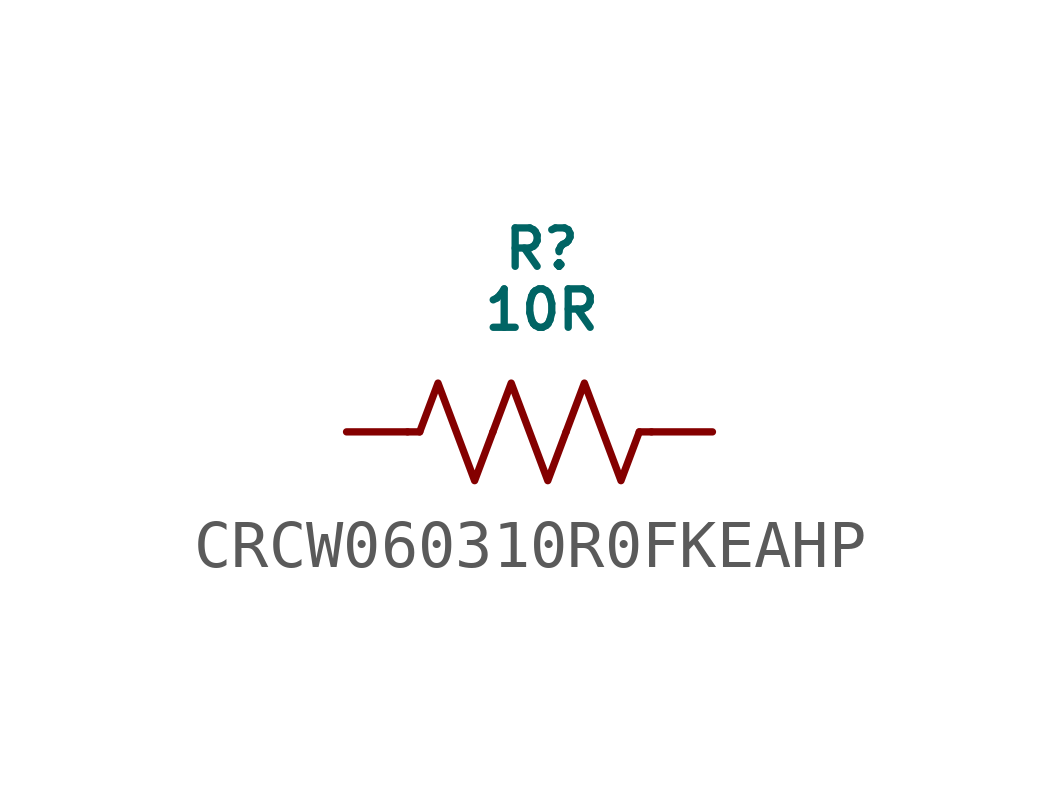
<source format=kicad_sym>
(kicad_symbol_lib
  (version 20220914)
  (generator kicad_symbol_editor)
  (symbol "CRCW060310R0FKEAHP"
    (pin_numbers hide)
    (pin_names
      (offset 0.762) hide)
    (property "Reference" "R"
      (at 8.89 3.81 0)
      (do_not_autoplace)
      (effects (font (size 0.8 0.8))))
    (property "Value" "10R"
      (at 8.89 2.54 0)
      (do_not_autoplace)
      (effects (font (size 0.8 0.8))))
    (symbol "CRCW060310R0FKEAHP_0_1"
      (polyline (pts (xy 6.35 0) (xy 6.096 0)) (stroke (width 0) (type default)) (fill (type none)))
      (polyline (pts (xy 10.922 0) (xy 11.176 0)) (stroke (width 0) (type default)) (fill (type none)))
      (polyline (pts (xy 6.35 0) (xy 6.731 1.016) (xy 7.112 0) (xy 7.493 -1.016) (xy 7.874 0)) (stroke (width 0) (type default)) (fill (type none)))
      (polyline (pts (xy 7.874 0) (xy 8.255 1.016) (xy 8.636 0) (xy 9.017 -1.016) (xy 9.398 0)) (stroke (width 0) (type default)) (fill (type none)))
      (polyline (pts (xy 9.398 0) (xy 9.779 1.016) (xy 10.16 0) (xy 10.541 -1.016) (xy 10.922 0)) (stroke (width 0) (type default)) (fill (type none))))
    (symbol "CRCW060310R0FKEAHP_1_0"
      (pin passive line (at 4.826 0 0) (length 1.27) (name "~" (effects (font (size 1.27 1.27)))) (number "1" (effects (font (size 1.27 1.27)))))
      (pin passive line (at 12.446 0 180) (length 1.27) (name "~" (effects (font (size 1.27 1.27)))) (number "2" (effects (font (size 1.27 1.27))))))))
</source>
